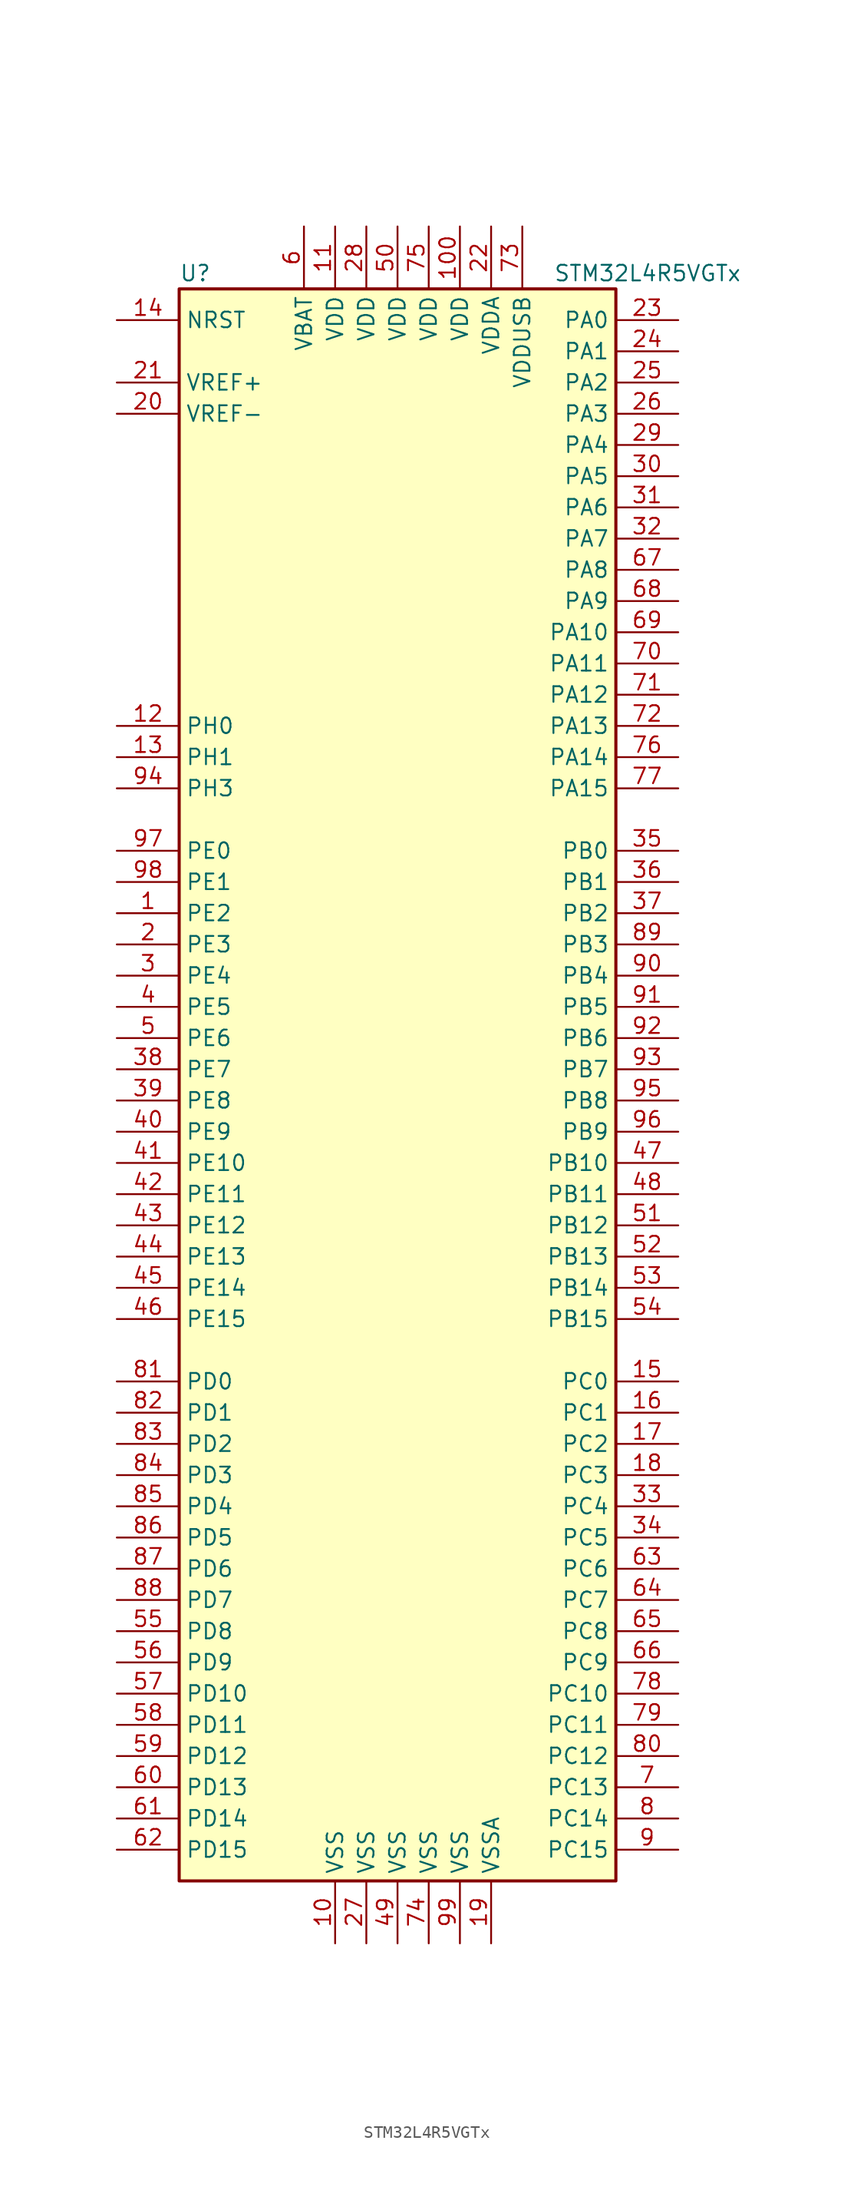
<source format=kicad_sym>
(kicad_symbol_lib
  (version 20201005)
  (generator kicad_symbol_editor)
  (symbol "STM32L4R5VGTx"
    (property "Reference" "U"
      (at -17.78 64.77 0)
      (effects (font (size 1.27 1.27)) (justify left)))
    (property "Value" "STM32L4R5VGTx"
      (at 12.7 64.77 0)
      (effects (font (size 1.27 1.27)) (justify left)))
    (symbol "STM32L4R5VGTx_0_1"
      (rectangle (start -17.78 -66.04) (end 17.78 63.5) (stroke (width 0.254)) (fill (type background))))
    (symbol "STM32L4R5VGTx_1_1"
      (pin bidirectional line (at -22.86 12.7 0) (length 5.08) (name "PE2" (effects (font (size 1.27 1.27)))) (number "1" (effects (font (size 1.27 1.27)))))
      (pin power_in line (at -5.08 -71.12 90) (length 5.08) (name "VSS" (effects (font (size 1.27 1.27)))) (number "10" (effects (font (size 1.27 1.27)))))
      (pin power_in line (at 5.08 68.58 270) (length 5.08) (name "VDD" (effects (font (size 1.27 1.27)))) (number "100" (effects (font (size 1.27 1.27)))))
      (pin power_in line (at -5.08 68.58 270) (length 5.08) (name "VDD" (effects (font (size 1.27 1.27)))) (number "11" (effects (font (size 1.27 1.27)))))
      (pin input line (at -22.86 27.94 0) (length 5.08) (name "PH0" (effects (font (size 1.27 1.27)))) (number "12" (effects (font (size 1.27 1.27)))))
      (pin input line (at -22.86 25.4 0) (length 5.08) (name "PH1" (effects (font (size 1.27 1.27)))) (number "13" (effects (font (size 1.27 1.27)))))
      (pin input line (at -22.86 60.96 0) (length 5.08) (name "NRST" (effects (font (size 1.27 1.27)))) (number "14" (effects (font (size 1.27 1.27)))))
      (pin bidirectional line (at 22.86 -25.4 180) (length 5.08) (name "PC0" (effects (font (size 1.27 1.27)))) (number "15" (effects (font (size 1.27 1.27)))))
      (pin bidirectional line (at 22.86 -27.94 180) (length 5.08) (name "PC1" (effects (font (size 1.27 1.27)))) (number "16" (effects (font (size 1.27 1.27)))))
      (pin bidirectional line (at 22.86 -30.48 180) (length 5.08) (name "PC2" (effects (font (size 1.27 1.27)))) (number "17" (effects (font (size 1.27 1.27)))))
      (pin bidirectional line (at 22.86 -33.02 180) (length 5.08) (name "PC3" (effects (font (size 1.27 1.27)))) (number "18" (effects (font (size 1.27 1.27)))))
      (pin power_in line (at 7.62 -71.12 90) (length 5.08) (name "VSSA" (effects (font (size 1.27 1.27)))) (number "19" (effects (font (size 1.27 1.27)))))
      (pin bidirectional line (at -22.86 10.16 0) (length 5.08) (name "PE3" (effects (font (size 1.27 1.27)))) (number "2" (effects (font (size 1.27 1.27)))))
      (pin power_in line (at -22.86 53.34 0) (length 5.08) (name "VREF-" (effects (font (size 1.27 1.27)))) (number "20" (effects (font (size 1.27 1.27)))))
      (pin bidirectional line (at -22.86 55.88 0) (length 5.08) (name "VREF+" (effects (font (size 1.27 1.27)))) (number "21" (effects (font (size 1.27 1.27)))))
      (pin power_in line (at 7.62 68.58 270) (length 5.08) (name "VDDA" (effects (font (size 1.27 1.27)))) (number "22" (effects (font (size 1.27 1.27)))))
      (pin bidirectional line (at 22.86 60.96 180) (length 5.08) (name "PA0" (effects (font (size 1.27 1.27)))) (number "23" (effects (font (size 1.27 1.27)))))
      (pin bidirectional line (at 22.86 58.42 180) (length 5.08) (name "PA1" (effects (font (size 1.27 1.27)))) (number "24" (effects (font (size 1.27 1.27)))))
      (pin bidirectional line (at 22.86 55.88 180) (length 5.08) (name "PA2" (effects (font (size 1.27 1.27)))) (number "25" (effects (font (size 1.27 1.27)))))
      (pin bidirectional line (at 22.86 53.34 180) (length 5.08) (name "PA3" (effects (font (size 1.27 1.27)))) (number "26" (effects (font (size 1.27 1.27)))))
      (pin power_in line (at -2.54 -71.12 90) (length 5.08) (name "VSS" (effects (font (size 1.27 1.27)))) (number "27" (effects (font (size 1.27 1.27)))))
      (pin power_in line (at -2.54 68.58 270) (length 5.08) (name "VDD" (effects (font (size 1.27 1.27)))) (number "28" (effects (font (size 1.27 1.27)))))
      (pin bidirectional line (at 22.86 50.8 180) (length 5.08) (name "PA4" (effects (font (size 1.27 1.27)))) (number "29" (effects (font (size 1.27 1.27)))))
      (pin bidirectional line (at -22.86 7.62 0) (length 5.08) (name "PE4" (effects (font (size 1.27 1.27)))) (number "3" (effects (font (size 1.27 1.27)))))
      (pin bidirectional line (at 22.86 48.26 180) (length 5.08) (name "PA5" (effects (font (size 1.27 1.27)))) (number "30" (effects (font (size 1.27 1.27)))))
      (pin bidirectional line (at 22.86 45.72 180) (length 5.08) (name "PA6" (effects (font (size 1.27 1.27)))) (number "31" (effects (font (size 1.27 1.27)))))
      (pin bidirectional line (at 22.86 43.18 180) (length 5.08) (name "PA7" (effects (font (size 1.27 1.27)))) (number "32" (effects (font (size 1.27 1.27)))))
      (pin bidirectional line (at 22.86 -35.56 180) (length 5.08) (name "PC4" (effects (font (size 1.27 1.27)))) (number "33" (effects (font (size 1.27 1.27)))))
      (pin bidirectional line (at 22.86 -38.1 180) (length 5.08) (name "PC5" (effects (font (size 1.27 1.27)))) (number "34" (effects (font (size 1.27 1.27)))))
      (pin bidirectional line (at 22.86 17.78 180) (length 5.08) (name "PB0" (effects (font (size 1.27 1.27)))) (number "35" (effects (font (size 1.27 1.27)))))
      (pin bidirectional line (at 22.86 15.24 180) (length 5.08) (name "PB1" (effects (font (size 1.27 1.27)))) (number "36" (effects (font (size 1.27 1.27)))))
      (pin bidirectional line (at 22.86 12.7 180) (length 5.08) (name "PB2" (effects (font (size 1.27 1.27)))) (number "37" (effects (font (size 1.27 1.27)))))
      (pin bidirectional line (at -22.86 0 0) (length 5.08) (name "PE7" (effects (font (size 1.27 1.27)))) (number "38" (effects (font (size 1.27 1.27)))))
      (pin bidirectional line (at -22.86 -2.54 0) (length 5.08) (name "PE8" (effects (font (size 1.27 1.27)))) (number "39" (effects (font (size 1.27 1.27)))))
      (pin bidirectional line (at -22.86 5.08 0) (length 5.08) (name "PE5" (effects (font (size 1.27 1.27)))) (number "4" (effects (font (size 1.27 1.27)))))
      (pin bidirectional line (at -22.86 -5.08 0) (length 5.08) (name "PE9" (effects (font (size 1.27 1.27)))) (number "40" (effects (font (size 1.27 1.27)))))
      (pin bidirectional line (at -22.86 -7.62 0) (length 5.08) (name "PE10" (effects (font (size 1.27 1.27)))) (number "41" (effects (font (size 1.27 1.27)))))
      (pin bidirectional line (at -22.86 -10.16 0) (length 5.08) (name "PE11" (effects (font (size 1.27 1.27)))) (number "42" (effects (font (size 1.27 1.27)))))
      (pin bidirectional line (at -22.86 -12.7 0) (length 5.08) (name "PE12" (effects (font (size 1.27 1.27)))) (number "43" (effects (font (size 1.27 1.27)))))
      (pin bidirectional line (at -22.86 -15.24 0) (length 5.08) (name "PE13" (effects (font (size 1.27 1.27)))) (number "44" (effects (font (size 1.27 1.27)))))
      (pin bidirectional line (at -22.86 -17.78 0) (length 5.08) (name "PE14" (effects (font (size 1.27 1.27)))) (number "45" (effects (font (size 1.27 1.27)))))
      (pin bidirectional line (at -22.86 -20.32 0) (length 5.08) (name "PE15" (effects (font (size 1.27 1.27)))) (number "46" (effects (font (size 1.27 1.27)))))
      (pin bidirectional line (at 22.86 -7.62 180) (length 5.08) (name "PB10" (effects (font (size 1.27 1.27)))) (number "47" (effects (font (size 1.27 1.27)))))
      (pin bidirectional line (at 22.86 -10.16 180) (length 5.08) (name "PB11" (effects (font (size 1.27 1.27)))) (number "48" (effects (font (size 1.27 1.27)))))
      (pin power_in line (at 0 -71.12 90) (length 5.08) (name "VSS" (effects (font (size 1.27 1.27)))) (number "49" (effects (font (size 1.27 1.27)))))
      (pin bidirectional line (at -22.86 2.54 0) (length 5.08) (name "PE6" (effects (font (size 1.27 1.27)))) (number "5" (effects (font (size 1.27 1.27)))))
      (pin power_in line (at 0 68.58 270) (length 5.08) (name "VDD" (effects (font (size 1.27 1.27)))) (number "50" (effects (font (size 1.27 1.27)))))
      (pin bidirectional line (at 22.86 -12.7 180) (length 5.08) (name "PB12" (effects (font (size 1.27 1.27)))) (number "51" (effects (font (size 1.27 1.27)))))
      (pin bidirectional line (at 22.86 -15.24 180) (length 5.08) (name "PB13" (effects (font (size 1.27 1.27)))) (number "52" (effects (font (size 1.27 1.27)))))
      (pin bidirectional line (at 22.86 -17.78 180) (length 5.08) (name "PB14" (effects (font (size 1.27 1.27)))) (number "53" (effects (font (size 1.27 1.27)))))
      (pin bidirectional line (at 22.86 -20.32 180) (length 5.08) (name "PB15" (effects (font (size 1.27 1.27)))) (number "54" (effects (font (size 1.27 1.27)))))
      (pin bidirectional line (at -22.86 -45.72 0) (length 5.08) (name "PD8" (effects (font (size 1.27 1.27)))) (number "55" (effects (font (size 1.27 1.27)))))
      (pin bidirectional line (at -22.86 -48.26 0) (length 5.08) (name "PD9" (effects (font (size 1.27 1.27)))) (number "56" (effects (font (size 1.27 1.27)))))
      (pin bidirectional line (at -22.86 -50.8 0) (length 5.08) (name "PD10" (effects (font (size 1.27 1.27)))) (number "57" (effects (font (size 1.27 1.27)))))
      (pin bidirectional line (at -22.86 -53.34 0) (length 5.08) (name "PD11" (effects (font (size 1.27 1.27)))) (number "58" (effects (font (size 1.27 1.27)))))
      (pin bidirectional line (at -22.86 -55.88 0) (length 5.08) (name "PD12" (effects (font (size 1.27 1.27)))) (number "59" (effects (font (size 1.27 1.27)))))
      (pin power_in line (at -7.62 68.58 270) (length 5.08) (name "VBAT" (effects (font (size 1.27 1.27)))) (number "6" (effects (font (size 1.27 1.27)))))
      (pin bidirectional line (at -22.86 -58.42 0) (length 5.08) (name "PD13" (effects (font (size 1.27 1.27)))) (number "60" (effects (font (size 1.27 1.27)))))
      (pin bidirectional line (at -22.86 -60.96 0) (length 5.08) (name "PD14" (effects (font (size 1.27 1.27)))) (number "61" (effects (font (size 1.27 1.27)))))
      (pin bidirectional line (at -22.86 -63.5 0) (length 5.08) (name "PD15" (effects (font (size 1.27 1.27)))) (number "62" (effects (font (size 1.27 1.27)))))
      (pin bidirectional line (at 22.86 -40.64 180) (length 5.08) (name "PC6" (effects (font (size 1.27 1.27)))) (number "63" (effects (font (size 1.27 1.27)))))
      (pin bidirectional line (at 22.86 -43.18 180) (length 5.08) (name "PC7" (effects (font (size 1.27 1.27)))) (number "64" (effects (font (size 1.27 1.27)))))
      (pin bidirectional line (at 22.86 -45.72 180) (length 5.08) (name "PC8" (effects (font (size 1.27 1.27)))) (number "65" (effects (font (size 1.27 1.27)))))
      (pin bidirectional line (at 22.86 -48.26 180) (length 5.08) (name "PC9" (effects (font (size 1.27 1.27)))) (number "66" (effects (font (size 1.27 1.27)))))
      (pin bidirectional line (at 22.86 40.64 180) (length 5.08) (name "PA8" (effects (font (size 1.27 1.27)))) (number "67" (effects (font (size 1.27 1.27)))))
      (pin bidirectional line (at 22.86 38.1 180) (length 5.08) (name "PA9" (effects (font (size 1.27 1.27)))) (number "68" (effects (font (size 1.27 1.27)))))
      (pin bidirectional line (at 22.86 35.56 180) (length 5.08) (name "PA10" (effects (font (size 1.27 1.27)))) (number "69" (effects (font (size 1.27 1.27)))))
      (pin bidirectional line (at 22.86 -58.42 180) (length 5.08) (name "PC13" (effects (font (size 1.27 1.27)))) (number "7" (effects (font (size 1.27 1.27)))))
      (pin bidirectional line (at 22.86 33.02 180) (length 5.08) (name "PA11" (effects (font (size 1.27 1.27)))) (number "70" (effects (font (size 1.27 1.27)))))
      (pin bidirectional line (at 22.86 30.48 180) (length 5.08) (name "PA12" (effects (font (size 1.27 1.27)))) (number "71" (effects (font (size 1.27 1.27)))))
      (pin bidirectional line (at 22.86 27.94 180) (length 5.08) (name "PA13" (effects (font (size 1.27 1.27)))) (number "72" (effects (font (size 1.27 1.27)))))
      (pin power_in line (at 10.16 68.58 270) (length 5.08) (name "VDDUSB" (effects (font (size 1.27 1.27)))) (number "73" (effects (font (size 1.27 1.27)))))
      (pin power_in line (at 2.54 -71.12 90) (length 5.08) (name "VSS" (effects (font (size 1.27 1.27)))) (number "74" (effects (font (size 1.27 1.27)))))
      (pin power_in line (at 2.54 68.58 270) (length 5.08) (name "VDD" (effects (font (size 1.27 1.27)))) (number "75" (effects (font (size 1.27 1.27)))))
      (pin bidirectional line (at 22.86 25.4 180) (length 5.08) (name "PA14" (effects (font (size 1.27 1.27)))) (number "76" (effects (font (size 1.27 1.27)))))
      (pin bidirectional line (at 22.86 22.86 180) (length 5.08) (name "PA15" (effects (font (size 1.27 1.27)))) (number "77" (effects (font (size 1.27 1.27)))))
      (pin bidirectional line (at 22.86 -50.8 180) (length 5.08) (name "PC10" (effects (font (size 1.27 1.27)))) (number "78" (effects (font (size 1.27 1.27)))))
      (pin bidirectional line (at 22.86 -53.34 180) (length 5.08) (name "PC11" (effects (font (size 1.27 1.27)))) (number "79" (effects (font (size 1.27 1.27)))))
      (pin bidirectional line (at 22.86 -60.96 180) (length 5.08) (name "PC14" (effects (font (size 1.27 1.27)))) (number "8" (effects (font (size 1.27 1.27)))))
      (pin bidirectional line (at 22.86 -55.88 180) (length 5.08) (name "PC12" (effects (font (size 1.27 1.27)))) (number "80" (effects (font (size 1.27 1.27)))))
      (pin bidirectional line (at -22.86 -25.4 0) (length 5.08) (name "PD0" (effects (font (size 1.27 1.27)))) (number "81" (effects (font (size 1.27 1.27)))))
      (pin bidirectional line (at -22.86 -27.94 0) (length 5.08) (name "PD1" (effects (font (size 1.27 1.27)))) (number "82" (effects (font (size 1.27 1.27)))))
      (pin bidirectional line (at -22.86 -30.48 0) (length 5.08) (name "PD2" (effects (font (size 1.27 1.27)))) (number "83" (effects (font (size 1.27 1.27)))))
      (pin bidirectional line (at -22.86 -33.02 0) (length 5.08) (name "PD3" (effects (font (size 1.27 1.27)))) (number "84" (effects (font (size 1.27 1.27)))))
      (pin bidirectional line (at -22.86 -35.56 0) (length 5.08) (name "PD4" (effects (font (size 1.27 1.27)))) (number "85" (effects (font (size 1.27 1.27)))))
      (pin bidirectional line (at -22.86 -38.1 0) (length 5.08) (name "PD5" (effects (font (size 1.27 1.27)))) (number "86" (effects (font (size 1.27 1.27)))))
      (pin bidirectional line (at -22.86 -40.64 0) (length 5.08) (name "PD6" (effects (font (size 1.27 1.27)))) (number "87" (effects (font (size 1.27 1.27)))))
      (pin bidirectional line (at -22.86 -43.18 0) (length 5.08) (name "PD7" (effects (font (size 1.27 1.27)))) (number "88" (effects (font (size 1.27 1.27)))))
      (pin bidirectional line (at 22.86 10.16 180) (length 5.08) (name "PB3" (effects (font (size 1.27 1.27)))) (number "89" (effects (font (size 1.27 1.27)))))
      (pin bidirectional line (at 22.86 -63.5 180) (length 5.08) (name "PC15" (effects (font (size 1.27 1.27)))) (number "9" (effects (font (size 1.27 1.27)))))
      (pin bidirectional line (at 22.86 7.62 180) (length 5.08) (name "PB4" (effects (font (size 1.27 1.27)))) (number "90" (effects (font (size 1.27 1.27)))))
      (pin bidirectional line (at 22.86 5.08 180) (length 5.08) (name "PB5" (effects (font (size 1.27 1.27)))) (number "91" (effects (font (size 1.27 1.27)))))
      (pin bidirectional line (at 22.86 2.54 180) (length 5.08) (name "PB6" (effects (font (size 1.27 1.27)))) (number "92" (effects (font (size 1.27 1.27)))))
      (pin bidirectional line (at 22.86 0 180) (length 5.08) (name "PB7" (effects (font (size 1.27 1.27)))) (number "93" (effects (font (size 1.27 1.27)))))
      (pin bidirectional line (at -22.86 22.86 0) (length 5.08) (name "PH3" (effects (font (size 1.27 1.27)))) (number "94" (effects (font (size 1.27 1.27)))))
      (pin bidirectional line (at 22.86 -2.54 180) (length 5.08) (name "PB8" (effects (font (size 1.27 1.27)))) (number "95" (effects (font (size 1.27 1.27)))))
      (pin bidirectional line (at 22.86 -5.08 180) (length 5.08) (name "PB9" (effects (font (size 1.27 1.27)))) (number "96" (effects (font (size 1.27 1.27)))))
      (pin bidirectional line (at -22.86 17.78 0) (length 5.08) (name "PE0" (effects (font (size 1.27 1.27)))) (number "97" (effects (font (size 1.27 1.27)))))
      (pin bidirectional line (at -22.86 15.24 0) (length 5.08) (name "PE1" (effects (font (size 1.27 1.27)))) (number "98" (effects (font (size 1.27 1.27)))))
      (pin power_in line (at 5.08 -71.12 90) (length 5.08) (name "VSS" (effects (font (size 1.27 1.27)))) (number "99" (effects (font (size 1.27 1.27))))))))
</source>
